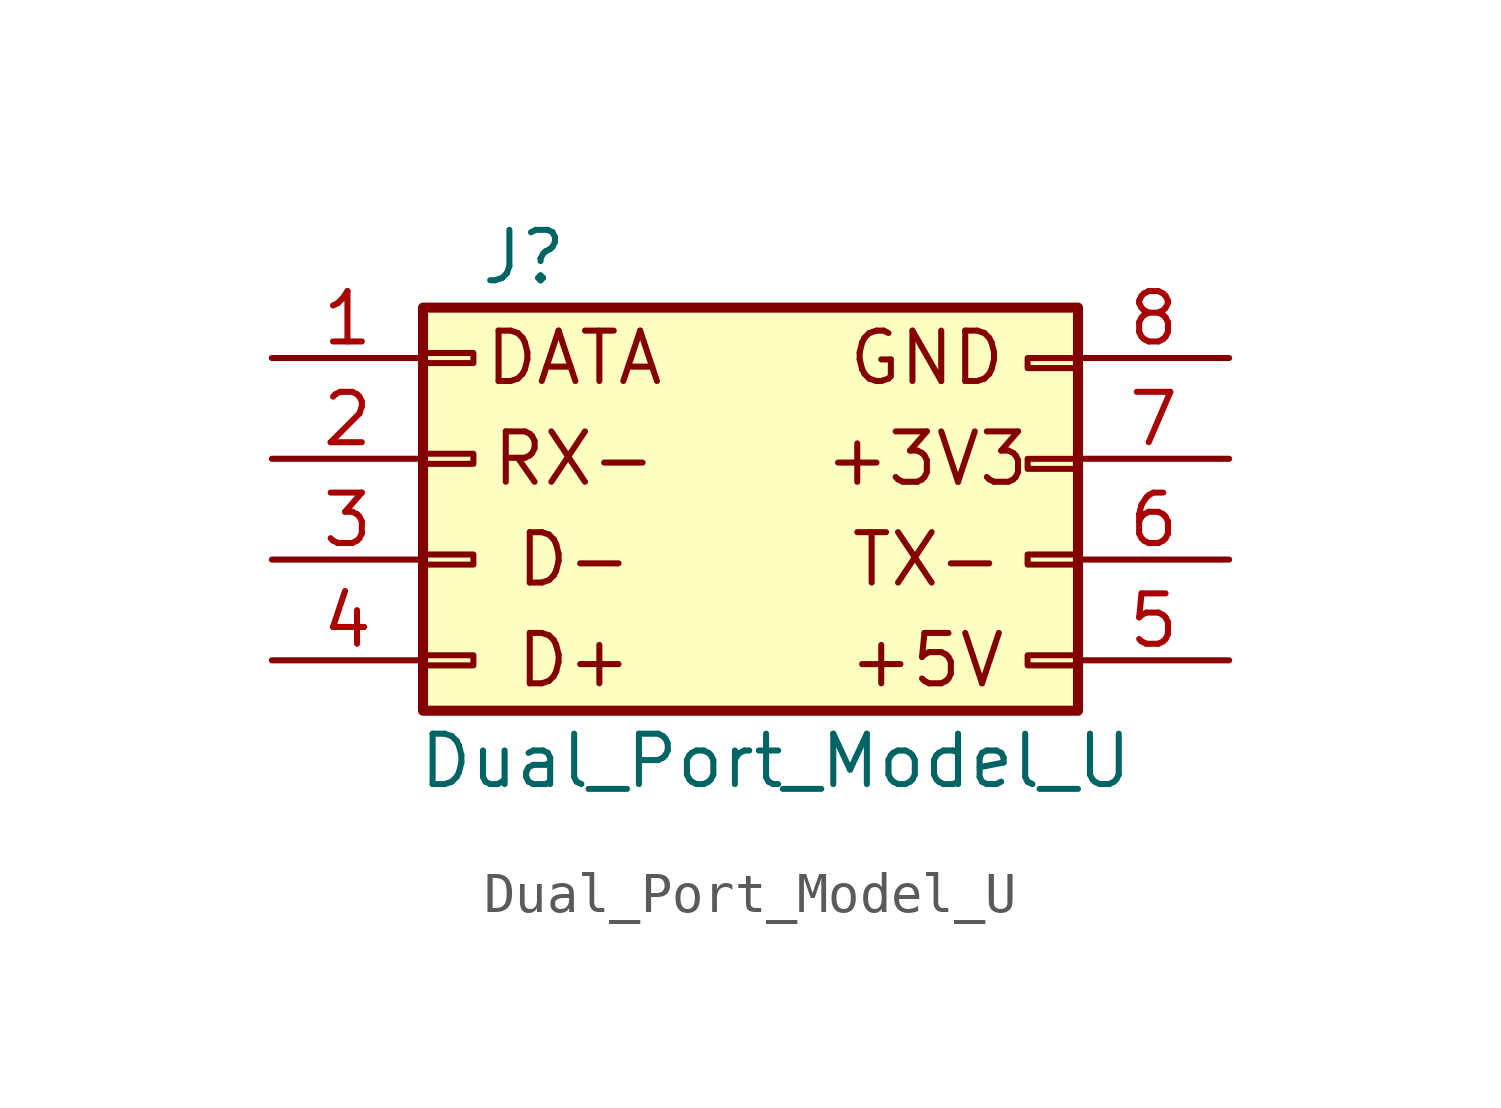
<source format=kicad_sym>
(kicad_symbol_lib
  (version 20211014)
  (generator kicad_symbol_editor)
  (symbol "Dual_Port_Model_U"
    (pin_names
      (offset 1.016) hide)
    (property "Reference" "J"
      (at 1.27 5.08 0)
      (effects (font (size 1.27 1.27))))
    (property "Value" "Dual_Port_Model_U"
      (at 7.62 -7.62 0)
      (effects (font (size 1.27 1.27))))
    (symbol "Dual_Port_Model_U_0_0"
      (text "+3V3" (at 11.43 0 0) (effects (font (size 1.27 1.27))))
      (text "+5V" (at 11.43 -5.08 0) (effects (font (size 1.27 1.27))))
      (text "D+" (at 2.54 -5.08 0) (effects (font (size 1.27 1.27))))
      (text "D-" (at 2.54 -2.54 0) (effects (font (size 1.27 1.27))))
      (text "DATA" (at 2.54 2.54 0) (effects (font (size 1.27 1.27))))
      (text "GND" (at 11.43 2.54 0) (effects (font (size 1.27 1.27))))
      (text "RX-" (at 2.54 0 0) (effects (font (size 1.27 1.27))))
      (text "TX-" (at 11.43 -2.54 0) (effects (font (size 1.27 1.27)))))
    (symbol "Dual_Port_Model_U_1_1"
      (rectangle (start -1.27 -4.953) (end 0 -5.207) (stroke (width 0.152) (type default) (color 0 0 0 0)) (fill (type none)))
      (rectangle (start -1.27 -2.413) (end 0 -2.667) (stroke (width 0.152) (type default) (color 0 0 0 0)) (fill (type none)))
      (rectangle (start -1.27 0.127) (end 0 -0.127) (stroke (width 0.152) (type default) (color 0 0 0 0)) (fill (type none)))
      (rectangle (start -1.27 2.667) (end 0 2.413) (stroke (width 0.152) (type default) (color 0 0 0 0)) (fill (type none)))
      (rectangle (start -1.27 3.81) (end 15.24 -6.35) (stroke (width 0.254) (type default) (color 0 0 0 0)) (fill (type background)))
      (rectangle (start 13.97 0) (end 15.24 -0.254) (stroke (width 0.152) (type default) (color 0 0 0 0)) (fill (type none)))
      (rectangle (start 15.24 -4.953) (end 13.97 -5.207) (stroke (width 0.152) (type default) (color 0 0 0 0)) (fill (type none)))
      (rectangle (start 15.24 -2.413) (end 13.97 -2.667) (stroke (width 0.152) (type default) (color 0 0 0 0)) (fill (type none)))
      (rectangle (start 15.24 2.54) (end 13.97 2.286) (stroke (width 0.152) (type default) (color 0 0 0 0)) (fill (type none)))
      (pin passive line (at -5.08 2.54 0) (length 3.81) (name "Pin_1" (effects (font (size 1.27 1.27)))) (number "1" (effects (font (size 1.27 1.27)))))
      (pin passive line (at -5.08 0 0) (length 3.81) (name "Pin_2" (effects (font (size 1.27 1.27)))) (number "2" (effects (font (size 1.27 1.27)))))
      (pin passive line (at -5.08 -2.54 0) (length 3.81) (name "Pin_3" (effects (font (size 1.27 1.27)))) (number "3" (effects (font (size 1.27 1.27)))))
      (pin passive line (at -5.08 -5.08 0) (length 3.81) (name "Pin_4" (effects (font (size 1.27 1.27)))) (number "4" (effects (font (size 1.27 1.27)))))
      (pin power_in line (at 19.05 -5.08 180) (length 3.81) (name "Pin_5" (effects (font (size 1.27 1.27)))) (number "5" (effects (font (size 1.27 1.27)))))
      (pin passive line (at 19.05 -2.54 180) (length 3.81) (name "Pin_6" (effects (font (size 1.27 1.27)))) (number "6" (effects (font (size 1.27 1.27)))))
      (pin power_in line (at 19.05 0 180) (length 3.81) (name "Pin_7" (effects (font (size 1.27 1.27)))) (number "7" (effects (font (size 1.27 1.27)))))
      (pin passive line (at 19.05 2.54 180) (length 3.81) (name "Pin_8" (effects (font (size 1.27 1.27)))) (number "8" (effects (font (size 1.27 1.27))))))))
</source>
